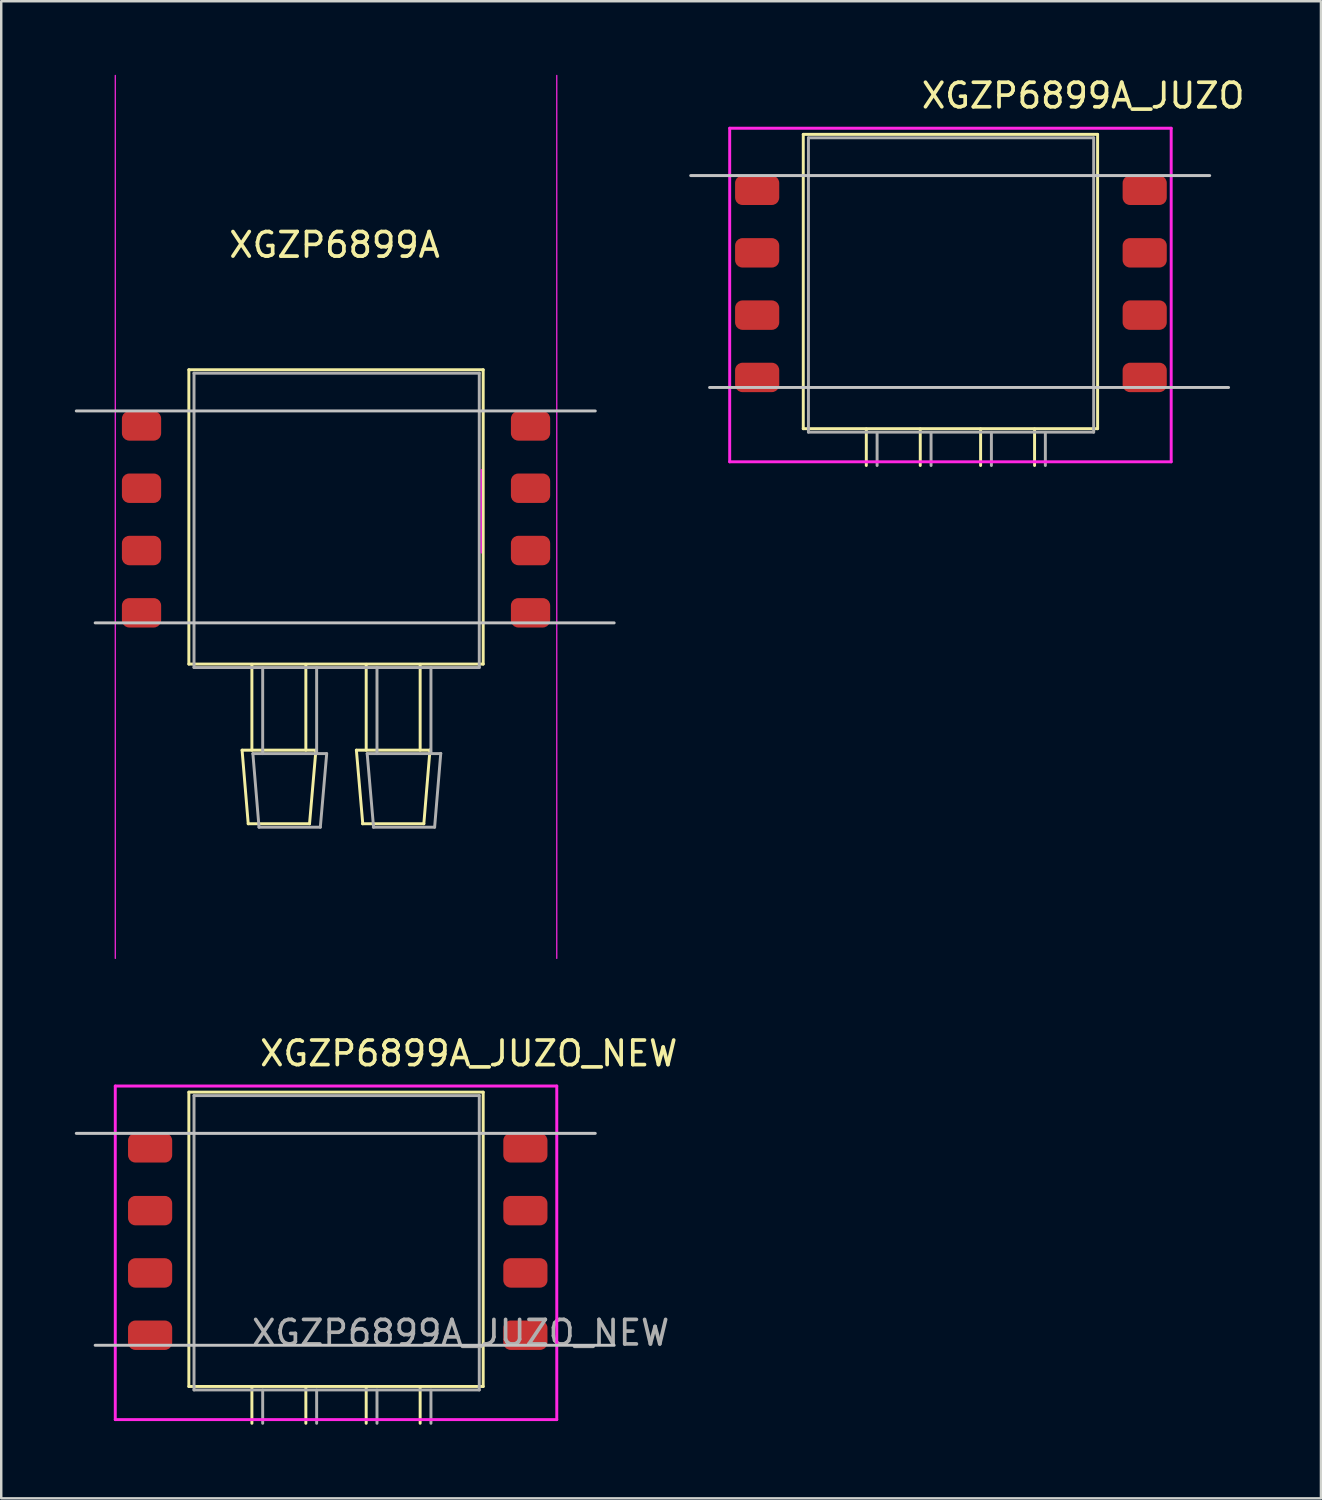
<source format=kicad_pcb>
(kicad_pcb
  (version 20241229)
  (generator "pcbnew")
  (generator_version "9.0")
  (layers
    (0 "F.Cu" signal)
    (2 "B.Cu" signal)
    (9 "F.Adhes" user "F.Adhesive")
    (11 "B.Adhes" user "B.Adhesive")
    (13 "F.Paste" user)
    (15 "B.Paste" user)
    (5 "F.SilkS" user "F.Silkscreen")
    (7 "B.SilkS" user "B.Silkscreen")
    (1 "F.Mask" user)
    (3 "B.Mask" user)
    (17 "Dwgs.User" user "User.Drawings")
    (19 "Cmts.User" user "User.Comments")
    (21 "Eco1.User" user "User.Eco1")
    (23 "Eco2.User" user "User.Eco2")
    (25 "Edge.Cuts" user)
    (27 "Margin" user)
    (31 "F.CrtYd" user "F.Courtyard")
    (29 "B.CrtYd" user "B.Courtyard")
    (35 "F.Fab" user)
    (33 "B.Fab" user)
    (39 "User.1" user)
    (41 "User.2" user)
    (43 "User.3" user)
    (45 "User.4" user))
  (footprint "XGZP6899A"
    (layer "F.Cu")
    (at 10.65 18.025)
    (property "Reference" "XGZP6899A" (at -0.06 -11.09 0) (layer "F.SilkS") (effects (font (size 1 1) (thickness 0.15))))
    (attr smd)
    (fp_line (start -6 -6) (end -6 6) (stroke (width 0.12) (type solid)) (layer "F.SilkS"))
    (fp_line (start -6 -6) (end 6 -6) (stroke (width 0.12) (type solid)) (layer "F.SilkS"))
    (fp_line (start -6 6) (end 6 6) (stroke (width 0.12) (type solid)) (layer "F.SilkS"))
    (fp_line (start -3.83 9.51) (end -3.58 12.51) (stroke (width 0.12) (type solid)) (layer "F.SilkS"))
    (fp_line (start -3.83 9.51) (end -0.83 9.51) (stroke (width 0.12) (type solid)) (layer "F.SilkS"))
    (fp_line (start -3.58 12.51) (end -1.08 12.51) (stroke (width 0.12) (type solid)) (layer "F.SilkS"))
    (fp_line (start -3.43 6.01) (end -3.43 9.51) (stroke (width 0.12) (type solid)) (layer "F.SilkS"))
    (fp_line (start -1.23 6.01) (end -1.23 9.51) (stroke (width 0.12) (type solid)) (layer "F.SilkS"))
    (fp_line (start -0.82 9.51) (end -1.08 12.51) (stroke (width 0.12) (type solid)) (layer "F.SilkS"))
    (fp_line (start 0.83 9.51) (end 3.83 9.51) (stroke (width 0.12) (type solid)) (layer "F.SilkS"))
    (fp_line (start 1.08 12.51) (end 3.58 12.51) (stroke (width 0.12) (type solid)) (layer "F.SilkS"))
    (fp_line (start 1.09 12.51) (end 0.83 9.51) (stroke (width 0.12) (type solid)) (layer "F.SilkS"))
    (fp_line (start 1.23 6.01) (end 1.23 9.51) (stroke (width 0.12) (type solid)) (layer "F.SilkS"))
    (fp_line (start 3.43 6.01) (end 3.43 9.51) (stroke (width 0.12) (type solid)) (layer "F.SilkS"))
    (fp_line (start 3.83 9.5) (end 3.58 12.51) (stroke (width 0.12) (type solid)) (layer "F.SilkS"))
    (fp_line (start 6 -6) (end 6 6) (stroke (width 0.12) (type solid)) (layer "F.SilkS"))
    (fp_line (start -10.59 -4.32) (end 10.57 -4.32) (stroke (width 0.12) (type solid)) (layer "Dwgs.User"))
    (fp_line (start -9.82 4.32) (end 11.34 4.32) (stroke (width 0.12) (type solid)) (layer "Dwgs.User"))
    (fp_line (start -9 -18) (end -9 18) (stroke (width 0.05) (type solid)) (layer "F.CrtYd"))
    (fp_line (start 5.92 1.47) (end 5.92 -1.93) (stroke (width 0.05) (type solid)) (layer "F.CrtYd"))
    (fp_line (start 9 -18) (end 9 18) (stroke (width 0.05) (type solid)) (layer "F.CrtYd"))
    (fp_line (start -5.79 -5.86) (end -5.79 6.14) (stroke (width 0.12) (type solid)) (layer "F.Fab"))
    (fp_line (start -5.79 -5.86) (end 5.84 -5.86) (stroke (width 0.12) (type solid)) (layer "F.Fab"))
    (fp_line (start -5.79 6.14) (end 5.84 6.14) (stroke (width 0.12) (type solid)) (layer "F.Fab"))
    (fp_line (start -3.39 9.65) (end -3.14 12.65) (stroke (width 0.12) (type solid)) (layer "F.Fab"))
    (fp_line (start -3.39 9.65) (end -0.39 9.65) (stroke (width 0.12) (type solid)) (layer "F.Fab"))
    (fp_line (start -3.14 12.65) (end -0.64 12.65) (stroke (width 0.12) (type solid)) (layer "F.Fab"))
    (fp_line (start -2.99 6.15) (end -2.99 9.65) (stroke (width 0.12) (type solid)) (layer "F.Fab"))
    (fp_line (start -0.79 6.15) (end -0.79 9.65) (stroke (width 0.12) (type solid)) (layer "F.Fab"))
    (fp_line (start -0.38 9.65) (end -0.64 12.65) (stroke (width 0.12) (type solid)) (layer "F.Fab"))
    (fp_line (start 1.27 9.65) (end 4.27 9.65) (stroke (width 0.12) (type solid)) (layer "F.Fab"))
    (fp_line (start 1.52 12.65) (end 4.02 12.65) (stroke (width 0.12) (type solid)) (layer "F.Fab"))
    (fp_line (start 1.53 12.65) (end 1.27 9.65) (stroke (width 0.12) (type solid)) (layer "F.Fab"))
    (fp_line (start 1.67 6.15) (end 1.67 9.65) (stroke (width 0.12) (type solid)) (layer "F.Fab"))
    (fp_line (start 3.87 6.15) (end 3.87 9.65) (stroke (width 0.12) (type solid)) (layer "F.Fab"))
    (fp_line (start 4.27 9.64) (end 4.02 12.65) (stroke (width 0.12) (type solid)) (layer "F.Fab"))
    (fp_line (start 5.84 -5.86) (end 5.84 6.14) (stroke (width 0.12) (type solid)) (layer "F.Fab"))
    (pad "1" smd roundrect (at 7.93 3.91) (size 1.6 1.2) (layers "F.Cu" "F.Mask" "F.Paste") (roundrect_rratio 0.25))
    (pad "2" smd roundrect (at 7.93 1.37) (size 1.6 1.2) (layers "F.Cu" "F.Mask" "F.Paste") (roundrect_rratio 0.25))
    (pad "3" smd roundrect (at 7.93 -1.17) (size 1.6 1.2) (layers "F.Cu" "F.Mask" "F.Paste") (roundrect_rratio 0.25))
    (pad "4" smd roundrect (at 7.93 -3.71) (size 1.6 1.2) (layers "F.Cu" "F.Mask" "F.Paste") (roundrect_rratio 0.25))
    (pad "5" smd roundrect (at -7.93 -3.71) (size 1.6 1.2) (layers "F.Cu" "F.Mask" "F.Paste") (roundrect_rratio 0.25))
    (pad "6" smd roundrect (at -7.93 -1.17) (size 1.6 1.2) (layers "F.Cu" "F.Mask" "F.Paste") (roundrect_rratio 0.25))
    (pad "7" smd roundrect (at -7.93 1.37) (size 1.6 1.2) (layers "F.Cu" "F.Mask" "F.Paste") (roundrect_rratio 0.25))
    (pad "8" smd roundrect (at -7.93 3.91) (size 1.6 1.2) (layers "F.Cu" "F.Mask" "F.Paste") (roundrect_rratio 0.25)))
  (footprint "XGZP6899A_JUZO_NEW"
    (layer "F.Cu")
    (at 10.65 47.478)
    (property "Reference" "XGZP6899A_JUZO_NEW" (at 5.41 -7.58 0) (layer "F.SilkS") (effects (font (size 1 1) (thickness 0.15))))
    (attr smd)
    (fp_line (start -6 -6) (end -6 6) (stroke (width 0.12) (type solid)) (layer "F.SilkS"))
    (fp_line (start -6 -6) (end 6 -6) (stroke (width 0.12) (type solid)) (layer "F.SilkS"))
    (fp_line (start -6 6) (end 6 6) (stroke (width 0.12) (type solid)) (layer "F.SilkS"))
    (fp_line (start -3.43 6.01) (end -3.43 7.5) (stroke (width 0.12) (type solid)) (layer "F.SilkS"))
    (fp_line (start -1.23 6.01) (end -1.23 7.5) (stroke (width 0.12) (type solid)) (layer "F.SilkS"))
    (fp_line (start 1.23 6.01) (end 1.23 7.5) (stroke (width 0.12) (type solid)) (layer "F.SilkS"))
    (fp_line (start 3.43 6.01) (end 3.43 7.5) (stroke (width 0.12) (type solid)) (layer "F.SilkS"))
    (fp_line (start 6 -6) (end 6 6) (stroke (width 0.12) (type solid)) (layer "F.SilkS"))
    (fp_line (start -10.59 -4.32) (end 10.57 -4.32) (stroke (width 0.12) (type solid)) (layer "Dwgs.User"))
    (fp_line (start -9.82 4.32) (end 11.34 4.32) (stroke (width 0.12) (type solid)) (layer "Dwgs.User"))
    (fp_line (start -9 -6.25) (end -9 7.35) (stroke (width 0.12) (type solid)) (layer "F.CrtYd"))
    (fp_line (start -9 -6.25) (end 9 -6.25) (stroke (width 0.12) (type solid)) (layer "F.CrtYd"))
    (fp_line (start -9 7.35) (end 9 7.35) (stroke (width 0.12) (type solid)) (layer "F.CrtYd"))
    (fp_line (start 9 -6.25) (end 9 7.35) (stroke (width 0.12) (type solid)) (layer "F.CrtYd"))
    (fp_line (start -5.79 -5.86) (end -5.79 6.14) (stroke (width 0.12) (type solid)) (layer "F.Fab"))
    (fp_line (start -5.79 -5.86) (end 5.84 -5.86) (stroke (width 0.12) (type solid)) (layer "F.Fab"))
    (fp_line (start -5.79 6.14) (end 5.84 6.14) (stroke (width 0.12) (type solid)) (layer "F.Fab"))
    (fp_line (start -2.99 6.15) (end -2.99 7.5) (stroke (width 0.12) (type solid)) (layer "F.Fab"))
    (fp_line (start -0.79 6.15) (end -0.79 7.5) (stroke (width 0.12) (type solid)) (layer "F.Fab"))
    (fp_line (start 1.67 6.15) (end 1.67 7.5) (stroke (width 0.12) (type solid)) (layer "F.Fab"))
    (fp_line (start 3.87 6.15) (end 3.87 7.5) (stroke (width 0.12) (type solid)) (layer "F.Fab"))
    (fp_line (start 5.84 -5.86) (end 5.84 6.14) (stroke (width 0.12) (type solid)) (layer "F.Fab"))
    (fp_text user "${REFERENCE}" (at 5.08 3.81 0) (layer "F.Fab") (effects (font (size 1 1) (thickness 0.15))))
    (pad "1" smd roundrect (at 7.72 3.91) (size 1.8 1.2) (layers "F.Cu" "F.Mask" "F.Paste") (roundrect_rratio 0.25))
    (pad "2" smd roundrect (at 7.72 1.37) (size 1.8 1.2) (layers "F.Cu" "F.Mask" "F.Paste") (roundrect_rratio 0.25))
    (pad "3" smd roundrect (at 7.72 -1.17) (size 1.8 1.2) (layers "F.Cu" "F.Mask" "F.Paste") (roundrect_rratio 0.25))
    (pad "4" smd roundrect (at 7.72 -3.73) (size 1.8 1.2) (layers "F.Cu" "F.Mask" "F.Paste") (roundrect_rratio 0.25))
    (pad "5" smd roundrect (at -7.58 -3.73) (size 1.8 1.2) (layers "F.Cu" "F.Mask" "F.Paste") (roundrect_rratio 0.25))
    (pad "6" smd roundrect (at -7.58 -1.17) (size 1.8 1.2) (layers "F.Cu" "F.Mask" "F.Paste") (roundrect_rratio 0.25))
    (pad "7" smd roundrect (at -7.58 1.37) (size 1.8 1.2) (layers "F.Cu" "F.Mask" "F.Paste") (roundrect_rratio 0.25))
    (pad "8" smd roundrect (at -7.58 3.91) (size 1.8 1.2) (layers "F.Cu" "F.Mask" "F.Paste") (roundrect_rratio 0.25)))
  (footprint "XGZP6899A_JUZO"
    (layer "F.Cu")
    (at 35.7 8.428)
    (property "Reference" "XGZP6899A_JUZO" (at 5.41 -7.58 0) (layer "F.SilkS") (effects (font (size 1 1) (thickness 0.15))))
    (attr smd)
    (fp_line (start -6 -6) (end -6 6) (stroke (width 0.12) (type solid)) (layer "F.SilkS"))
    (fp_line (start -6 -6) (end 6 -6) (stroke (width 0.12) (type solid)) (layer "F.SilkS"))
    (fp_line (start -6 6) (end 6 6) (stroke (width 0.12) (type solid)) (layer "F.SilkS"))
    (fp_line (start -3.43 6.01) (end -3.43 7.5) (stroke (width 0.12) (type solid)) (layer "F.SilkS"))
    (fp_line (start -1.23 6.01) (end -1.23 7.5) (stroke (width 0.12) (type solid)) (layer "F.SilkS"))
    (fp_line (start 1.23 6.01) (end 1.23 7.5) (stroke (width 0.12) (type solid)) (layer "F.SilkS"))
    (fp_line (start 3.43 6.01) (end 3.43 7.5) (stroke (width 0.12) (type solid)) (layer "F.SilkS"))
    (fp_line (start 6 -6) (end 6 6) (stroke (width 0.12) (type solid)) (layer "F.SilkS"))
    (fp_line (start -10.59 -4.32) (end 10.57 -4.32) (stroke (width 0.12) (type solid)) (layer "Dwgs.User"))
    (fp_line (start -9.82 4.32) (end 11.34 4.32) (stroke (width 0.12) (type solid)) (layer "Dwgs.User"))
    (fp_line (start -9 -6.25) (end -9 7.35) (stroke (width 0.12) (type solid)) (layer "F.CrtYd"))
    (fp_line (start -9 -6.25) (end 9 -6.25) (stroke (width 0.12) (type solid)) (layer "F.CrtYd"))
    (fp_line (start -9 7.35) (end 9 7.35) (stroke (width 0.12) (type solid)) (layer "F.CrtYd"))
    (fp_line (start 9 -6.25) (end 9 7.35) (stroke (width 0.12) (type solid)) (layer "F.CrtYd"))
    (fp_line (start -5.79 -5.86) (end -5.79 6.14) (stroke (width 0.12) (type solid)) (layer "F.Fab"))
    (fp_line (start -5.79 -5.86) (end 5.84 -5.86) (stroke (width 0.12) (type solid)) (layer "F.Fab"))
    (fp_line (start -5.79 6.14) (end 5.84 6.14) (stroke (width 0.12) (type solid)) (layer "F.Fab"))
    (fp_line (start -2.99 6.15) (end -2.99 7.5) (stroke (width 0.12) (type solid)) (layer "F.Fab"))
    (fp_line (start -0.79 6.15) (end -0.79 7.5) (stroke (width 0.12) (type solid)) (layer "F.Fab"))
    (fp_line (start 1.67 6.15) (end 1.67 7.5) (stroke (width 0.12) (type solid)) (layer "F.Fab"))
    (fp_line (start 3.87 6.15) (end 3.87 7.5) (stroke (width 0.12) (type solid)) (layer "F.Fab"))
    (fp_line (start 5.84 -5.86) (end 5.84 6.14) (stroke (width 0.12) (type solid)) (layer "F.Fab"))
    (pad "1" smd roundrect (at 7.92 3.91) (size 1.8 1.2) (layers "F.Cu" "F.Mask" "F.Paste") (roundrect_rratio 0.25))
    (pad "2" smd roundrect (at 7.92 1.37) (size 1.8 1.2) (layers "F.Cu" "F.Mask" "F.Paste") (roundrect_rratio 0.25))
    (pad "3" smd roundrect (at 7.92 -1.17) (size 1.8 1.2) (layers "F.Cu" "F.Mask" "F.Paste") (roundrect_rratio 0.25))
    (pad "4" smd roundrect (at 7.92 -3.72) (size 1.8 1.2) (layers "F.Cu" "F.Mask" "F.Paste") (roundrect_rratio 0.25))
    (pad "5" smd roundrect (at -7.88 -3.72) (size 1.8 1.2) (layers "F.Cu" "F.Mask" "F.Paste") (roundrect_rratio 0.25))
    (pad "6" smd roundrect (at -7.88 -1.17) (size 1.8 1.2) (layers "F.Cu" "F.Mask" "F.Paste") (roundrect_rratio 0.25))
    (pad "7" smd roundrect (at -7.88 1.37) (size 1.8 1.2) (layers "F.Cu" "F.Mask" "F.Paste") (roundrect_rratio 0.25))
    (pad "8" smd roundrect (at -7.88 3.91) (size 1.8 1.2) (layers "F.Cu" "F.Mask" "F.Paste") (roundrect_rratio 0.25)))
  (gr_rect
    (start -3 -3)
    (end 50.806 58.038)
    (stroke (width 0.1) (type default))
    (fill no)
    (layer "Edge.Cuts")))
</source>
